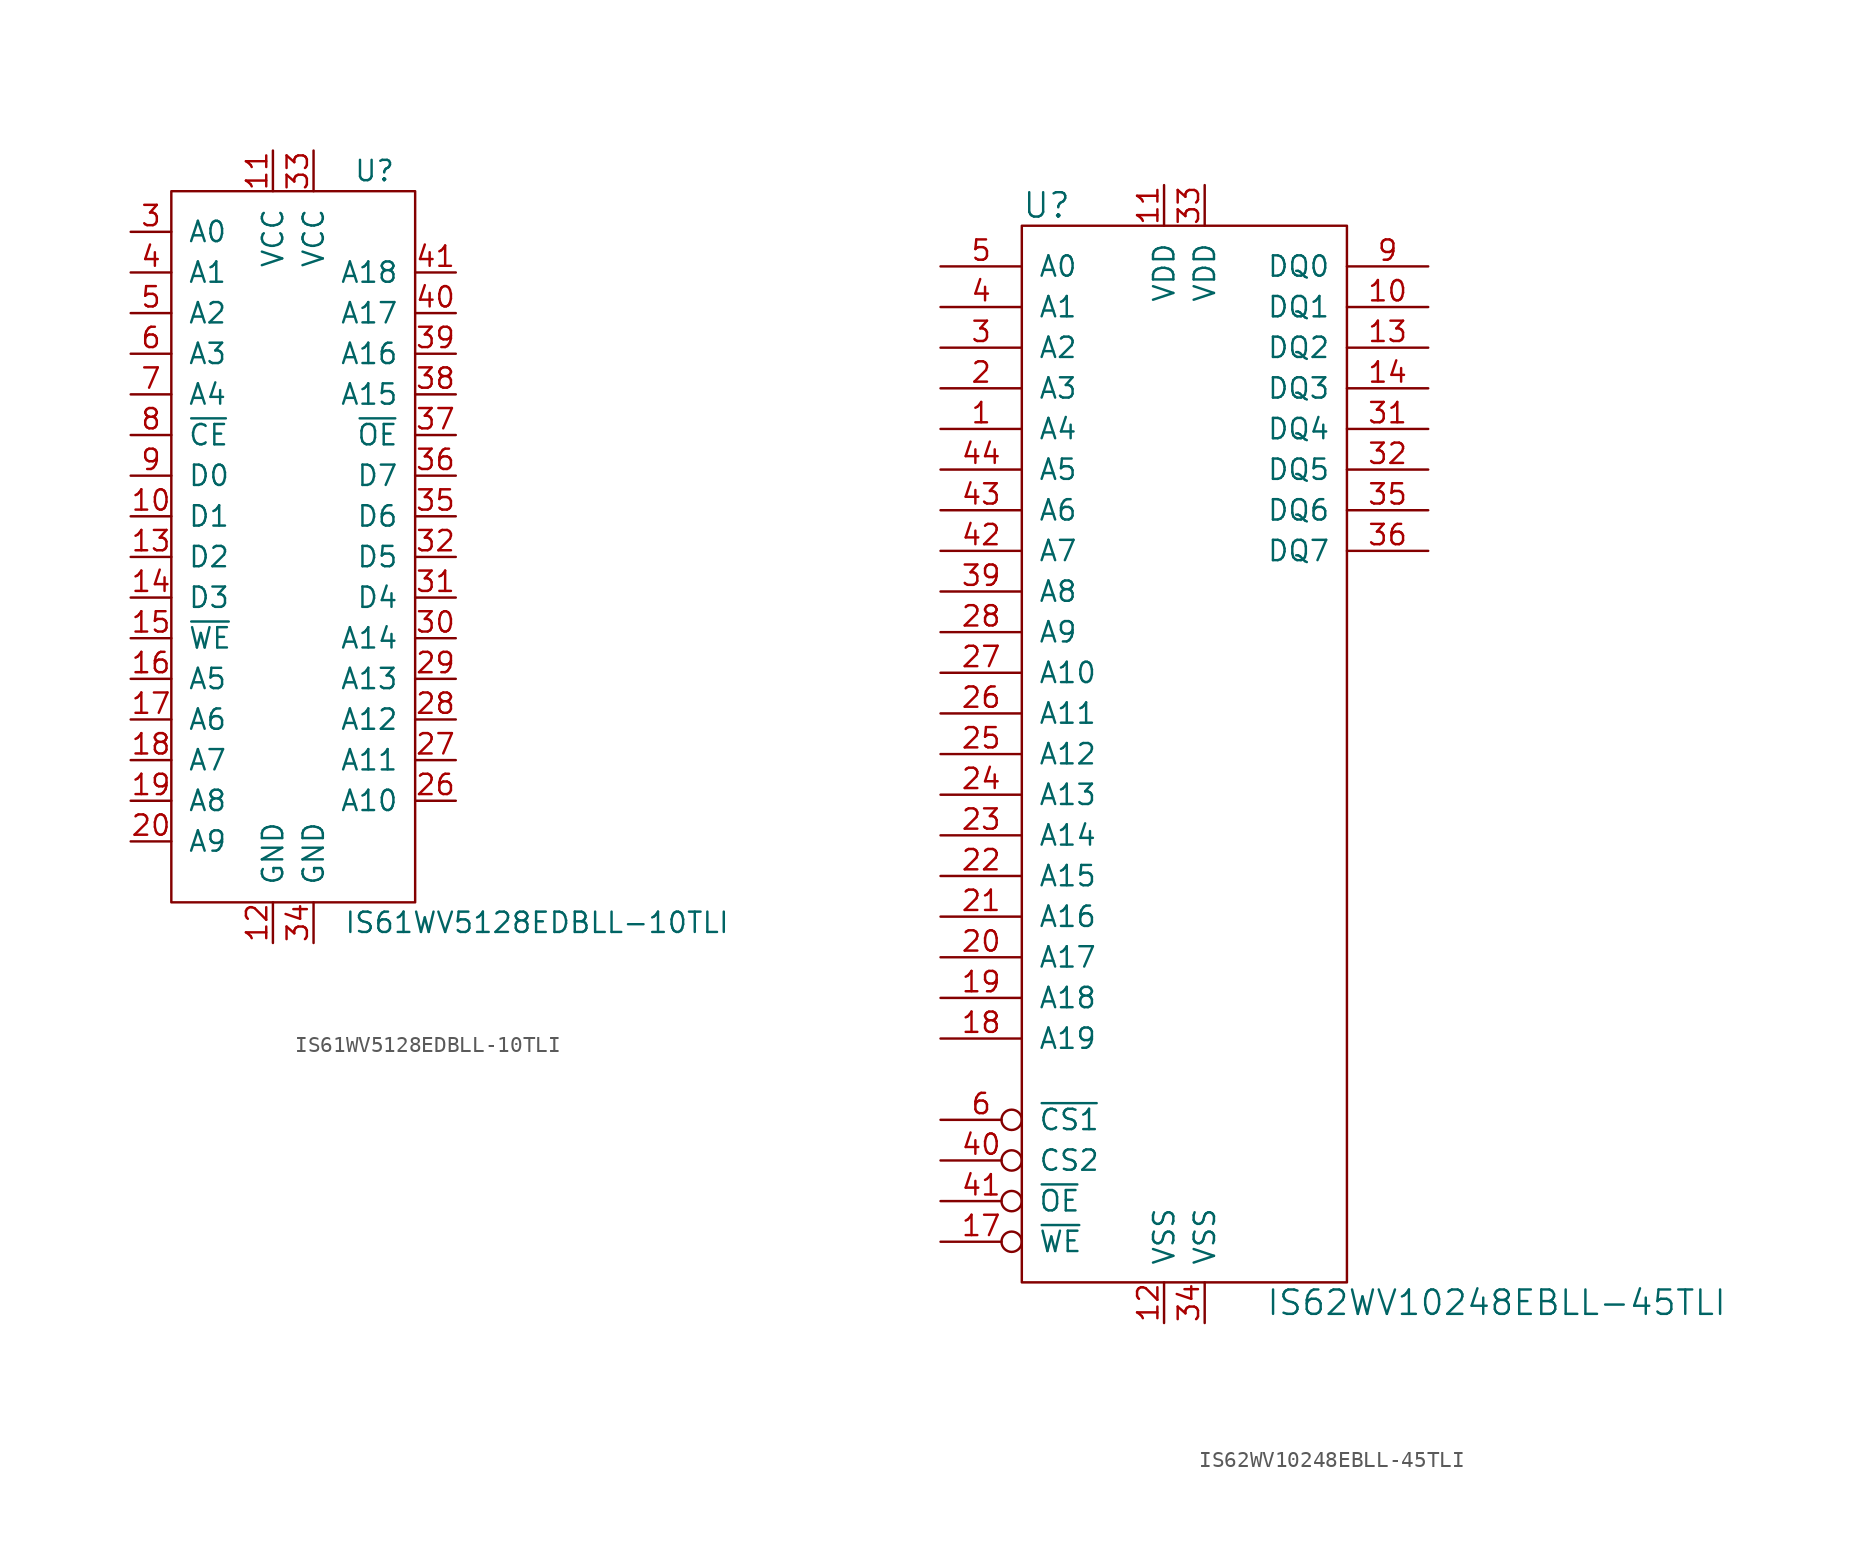
<source format=kicad_sym>
(kicad_symbol_lib
  (version 20220914)
  (generator kicad_symbol_editor)
  (symbol "IS61WV5128EDBLL-10TLI"
    (pin_names
      (offset 1.016))
    (property "Reference" "U"
      (at 5.08 20.32 0)
      (effects (font (size 1.27 1.27))))
    (property "Value" "IS61WV5128EDBLL-10TLI"
      (at 15.24 -26.67 0)
      (effects (font (size 1.27 1.27))))
    (symbol "IS61WV5128EDBLL-10TLI_0_1"
      (rectangle (start -7.62 19.05) (end 7.62 -25.4) (stroke (width 0) (type default)) (fill (type none))))
    (symbol "IS61WV5128EDBLL-10TLI_1_1"
      (pin bidirectional line (at -10.16 -1.27 0) (length 2.54) (name "D1" (effects (font (size 1.27 1.27)))) (number "10" (effects (font (size 1.27 1.27)))))
      (pin power_in line (at -1.27 21.59 270) (length 2.54) (name "VCC" (effects (font (size 1.27 1.27)))) (number "11" (effects (font (size 1.27 1.27)))))
      (pin power_in line (at -1.27 -27.94 90) (length 2.54) (name "GND" (effects (font (size 1.27 1.27)))) (number "12" (effects (font (size 1.27 1.27)))))
      (pin bidirectional line (at -10.16 -3.81 0) (length 2.54) (name "D2" (effects (font (size 1.27 1.27)))) (number "13" (effects (font (size 1.27 1.27)))))
      (pin bidirectional line (at -10.16 -6.35 0) (length 2.54) (name "D3" (effects (font (size 1.27 1.27)))) (number "14" (effects (font (size 1.27 1.27)))))
      (pin input line (at -10.16 -8.89 0) (length 2.54) (name "~{WE}" (effects (font (size 1.27 1.27)))) (number "15" (effects (font (size 1.27 1.27)))))
      (pin input line (at -10.16 -11.43 0) (length 2.54) (name "A5" (effects (font (size 1.27 1.27)))) (number "16" (effects (font (size 1.27 1.27)))))
      (pin input line (at -10.16 -13.97 0) (length 2.54) (name "A6" (effects (font (size 1.27 1.27)))) (number "17" (effects (font (size 1.27 1.27)))))
      (pin input line (at -10.16 -16.51 0) (length 2.54) (name "A7" (effects (font (size 1.27 1.27)))) (number "18" (effects (font (size 1.27 1.27)))))
      (pin input line (at -10.16 -19.05 0) (length 2.54) (name "A8" (effects (font (size 1.27 1.27)))) (number "19" (effects (font (size 1.27 1.27)))))
      (pin input line (at -10.16 -21.59 0) (length 2.54) (name "A9" (effects (font (size 1.27 1.27)))) (number "20" (effects (font (size 1.27 1.27)))))
      (pin input line (at 10.16 -19.05 180) (length 2.54) (name "A10" (effects (font (size 1.27 1.27)))) (number "26" (effects (font (size 1.27 1.27)))))
      (pin input line (at 10.16 -16.51 180) (length 2.54) (name "A11" (effects (font (size 1.27 1.27)))) (number "27" (effects (font (size 1.27 1.27)))))
      (pin input line (at 10.16 -13.97 180) (length 2.54) (name "A12" (effects (font (size 1.27 1.27)))) (number "28" (effects (font (size 1.27 1.27)))))
      (pin input line (at 10.16 -11.43 180) (length 2.54) (name "A13" (effects (font (size 1.27 1.27)))) (number "29" (effects (font (size 1.27 1.27)))))
      (pin input line (at -10.16 16.51 0) (length 2.54) (name "A0" (effects (font (size 1.27 1.27)))) (number "3" (effects (font (size 1.27 1.27)))))
      (pin input line (at 10.16 -8.89 180) (length 2.54) (name "A14" (effects (font (size 1.27 1.27)))) (number "30" (effects (font (size 1.27 1.27)))))
      (pin bidirectional line (at 10.16 -6.35 180) (length 2.54) (name "D4" (effects (font (size 1.27 1.27)))) (number "31" (effects (font (size 1.27 1.27)))))
      (pin bidirectional line (at 10.16 -3.81 180) (length 2.54) (name "D5" (effects (font (size 1.27 1.27)))) (number "32" (effects (font (size 1.27 1.27)))))
      (pin power_in line (at 1.27 21.59 270) (length 2.54) (name "VCC" (effects (font (size 1.27 1.27)))) (number "33" (effects (font (size 1.27 1.27)))))
      (pin power_in line (at 1.27 -27.94 90) (length 2.54) (name "GND" (effects (font (size 1.27 1.27)))) (number "34" (effects (font (size 1.27 1.27)))))
      (pin bidirectional line (at 10.16 -1.27 180) (length 2.54) (name "D6" (effects (font (size 1.27 1.27)))) (number "35" (effects (font (size 1.27 1.27)))))
      (pin bidirectional line (at 10.16 1.27 180) (length 2.54) (name "D7" (effects (font (size 1.27 1.27)))) (number "36" (effects (font (size 1.27 1.27)))))
      (pin input line (at 10.16 3.81 180) (length 2.54) (name "~{OE}" (effects (font (size 1.27 1.27)))) (number "37" (effects (font (size 1.27 1.27)))))
      (pin input line (at 10.16 6.35 180) (length 2.54) (name "A15" (effects (font (size 1.27 1.27)))) (number "38" (effects (font (size 1.27 1.27)))))
      (pin input line (at 10.16 8.89 180) (length 2.54) (name "A16" (effects (font (size 1.27 1.27)))) (number "39" (effects (font (size 1.27 1.27)))))
      (pin input line (at -10.16 13.97 0) (length 2.54) (name "A1" (effects (font (size 1.27 1.27)))) (number "4" (effects (font (size 1.27 1.27)))))
      (pin input line (at 10.16 11.43 180) (length 2.54) (name "A17" (effects (font (size 1.27 1.27)))) (number "40" (effects (font (size 1.27 1.27)))))
      (pin input line (at 10.16 13.97 180) (length 2.54) (name "A18" (effects (font (size 1.27 1.27)))) (number "41" (effects (font (size 1.27 1.27)))))
      (pin input line (at -10.16 11.43 0) (length 2.54) (name "A2" (effects (font (size 1.27 1.27)))) (number "5" (effects (font (size 1.27 1.27)))))
      (pin input line (at -10.16 8.89 0) (length 2.54) (name "A3" (effects (font (size 1.27 1.27)))) (number "6" (effects (font (size 1.27 1.27)))))
      (pin input line (at -10.16 6.35 0) (length 2.54) (name "A4" (effects (font (size 1.27 1.27)))) (number "7" (effects (font (size 1.27 1.27)))))
      (pin input line (at -10.16 3.81 0) (length 2.54) (name "~{CE}" (effects (font (size 1.27 1.27)))) (number "8" (effects (font (size 1.27 1.27)))))
      (pin bidirectional line (at -10.16 1.27 0) (length 2.54) (name "D0" (effects (font (size 1.27 1.27)))) (number "9" (effects (font (size 1.27 1.27)))))))
  (symbol "IS62WV10248EBLL-45TLI"
    (pin_names
      (offset 1.016))
    (property "Reference" "U"
      (at -10.16 31.75 0)
      (effects (font (size 1.524 1.524)) (justify left)))
    (property "Value" "IS62WV10248EBLL-45TLI"
      (at 5.08 -36.83 0)
      (effects (font (size 1.524 1.524)) (justify left)))
    (property "Footprint" ""
      (at 0 0 0)
      (effects (font (size 1.524 1.524))))
    (property "Datasheet" ""
      (at 0 0 0)
      (effects (font (size 1.524 1.524))))
    (symbol "IS62WV10248EBLL-45TLI_0_1"
      (rectangle (start 10.16 -35.56) (end -10.16 30.48) (stroke (width 0) (type default)) (fill (type none))))
    (symbol "IS62WV10248EBLL-45TLI_1_1"
      (pin input line (at -15.24 17.78 0) (length 5.08) (name "A4" (effects (font (size 1.27 1.27)))) (number "1" (effects (font (size 1.27 1.27)))))
      (pin bidirectional line (at 15.24 25.4 180) (length 5.08) (name "DQ1" (effects (font (size 1.27 1.27)))) (number "10" (effects (font (size 1.27 1.27)))))
      (pin power_in line (at -1.27 33.02 270) (length 2.54) (name "VDD" (effects (font (size 1.27 1.27)))) (number "11" (effects (font (size 1.27 1.27)))))
      (pin power_in line (at -1.27 -38.1 90) (length 2.54) (name "VSS" (effects (font (size 1.27 1.27)))) (number "12" (effects (font (size 1.27 1.27)))))
      (pin bidirectional line (at 15.24 22.86 180) (length 5.08) (name "DQ2" (effects (font (size 1.27 1.27)))) (number "13" (effects (font (size 1.27 1.27)))))
      (pin bidirectional line (at 15.24 20.32 180) (length 5.08) (name "DQ3" (effects (font (size 1.27 1.27)))) (number "14" (effects (font (size 1.27 1.27)))))
      (pin input inverted (at -15.24 -33.02 0) (length 5.08) (name "~{WE}" (effects (font (size 1.27 1.27)))) (number "17" (effects (font (size 1.27 1.27)))))
      (pin input line (at -15.24 -20.32 0) (length 5.08) (name "A19" (effects (font (size 1.27 1.27)))) (number "18" (effects (font (size 1.27 1.27)))))
      (pin input line (at -15.24 -17.78 0) (length 5.08) (name "A18" (effects (font (size 1.27 1.27)))) (number "19" (effects (font (size 1.27 1.27)))))
      (pin input line (at -15.24 20.32 0) (length 5.08) (name "A3" (effects (font (size 1.27 1.27)))) (number "2" (effects (font (size 1.27 1.27)))))
      (pin input line (at -15.24 -15.24 0) (length 5.08) (name "A17" (effects (font (size 1.27 1.27)))) (number "20" (effects (font (size 1.27 1.27)))))
      (pin input line (at -15.24 -12.7 0) (length 5.08) (name "A16" (effects (font (size 1.27 1.27)))) (number "21" (effects (font (size 1.27 1.27)))))
      (pin input line (at -15.24 -10.16 0) (length 5.08) (name "A15" (effects (font (size 1.27 1.27)))) (number "22" (effects (font (size 1.27 1.27)))))
      (pin input line (at -15.24 -7.62 0) (length 5.08) (name "A14" (effects (font (size 1.27 1.27)))) (number "23" (effects (font (size 1.27 1.27)))))
      (pin input line (at -15.24 -5.08 0) (length 5.08) (name "A13" (effects (font (size 1.27 1.27)))) (number "24" (effects (font (size 1.27 1.27)))))
      (pin input line (at -15.24 -2.54 0) (length 5.08) (name "A12" (effects (font (size 1.27 1.27)))) (number "25" (effects (font (size 1.27 1.27)))))
      (pin input line (at -15.24 0 0) (length 5.08) (name "A11" (effects (font (size 1.27 1.27)))) (number "26" (effects (font (size 1.27 1.27)))))
      (pin input line (at -15.24 2.54 0) (length 5.08) (name "A10" (effects (font (size 1.27 1.27)))) (number "27" (effects (font (size 1.27 1.27)))))
      (pin input line (at -15.24 5.08 0) (length 5.08) (name "A9" (effects (font (size 1.27 1.27)))) (number "28" (effects (font (size 1.27 1.27)))))
      (pin input line (at -15.24 22.86 0) (length 5.08) (name "A2" (effects (font (size 1.27 1.27)))) (number "3" (effects (font (size 1.27 1.27)))))
      (pin bidirectional line (at 15.24 17.78 180) (length 5.08) (name "DQ4" (effects (font (size 1.27 1.27)))) (number "31" (effects (font (size 1.27 1.27)))))
      (pin bidirectional line (at 15.24 15.24 180) (length 5.08) (name "DQ5" (effects (font (size 1.27 1.27)))) (number "32" (effects (font (size 1.27 1.27)))))
      (pin power_in line (at 1.27 33.02 270) (length 2.54) (name "VDD" (effects (font (size 1.27 1.27)))) (number "33" (effects (font (size 1.27 1.27)))))
      (pin power_in line (at 1.27 -38.1 90) (length 2.54) (name "VSS" (effects (font (size 1.27 1.27)))) (number "34" (effects (font (size 1.27 1.27)))))
      (pin bidirectional line (at 15.24 12.7 180) (length 5.08) (name "DQ6" (effects (font (size 1.27 1.27)))) (number "35" (effects (font (size 1.27 1.27)))))
      (pin bidirectional line (at 15.24 10.16 180) (length 5.08) (name "DQ7" (effects (font (size 1.27 1.27)))) (number "36" (effects (font (size 1.27 1.27)))))
      (pin input line (at -15.24 7.62 0) (length 5.08) (name "A8" (effects (font (size 1.27 1.27)))) (number "39" (effects (font (size 1.27 1.27)))))
      (pin input line (at -15.24 25.4 0) (length 5.08) (name "A1" (effects (font (size 1.27 1.27)))) (number "4" (effects (font (size 1.27 1.27)))))
      (pin input inverted (at -15.24 -27.94 0) (length 5.08) (name "CS2" (effects (font (size 1.27 1.27)))) (number "40" (effects (font (size 1.27 1.27)))))
      (pin input inverted (at -15.24 -30.48 0) (length 5.08) (name "~{OE}" (effects (font (size 1.27 1.27)))) (number "41" (effects (font (size 1.27 1.27)))))
      (pin input line (at -15.24 10.16 0) (length 5.08) (name "A7" (effects (font (size 1.27 1.27)))) (number "42" (effects (font (size 1.27 1.27)))))
      (pin input line (at -15.24 12.7 0) (length 5.08) (name "A6" (effects (font (size 1.27 1.27)))) (number "43" (effects (font (size 1.27 1.27)))))
      (pin input line (at -15.24 15.24 0) (length 5.08) (name "A5" (effects (font (size 1.27 1.27)))) (number "44" (effects (font (size 1.27 1.27)))))
      (pin input line (at -15.24 27.94 0) (length 5.08) (name "A0" (effects (font (size 1.27 1.27)))) (number "5" (effects (font (size 1.27 1.27)))))
      (pin input inverted (at -15.24 -25.4 0) (length 5.08) (name "~{CS1}" (effects (font (size 1.27 1.27)))) (number "6" (effects (font (size 1.27 1.27)))))
      (pin bidirectional line (at 15.24 27.94 180) (length 5.08) (name "DQ0" (effects (font (size 1.27 1.27)))) (number "9" (effects (font (size 1.27 1.27))))))))
</source>
